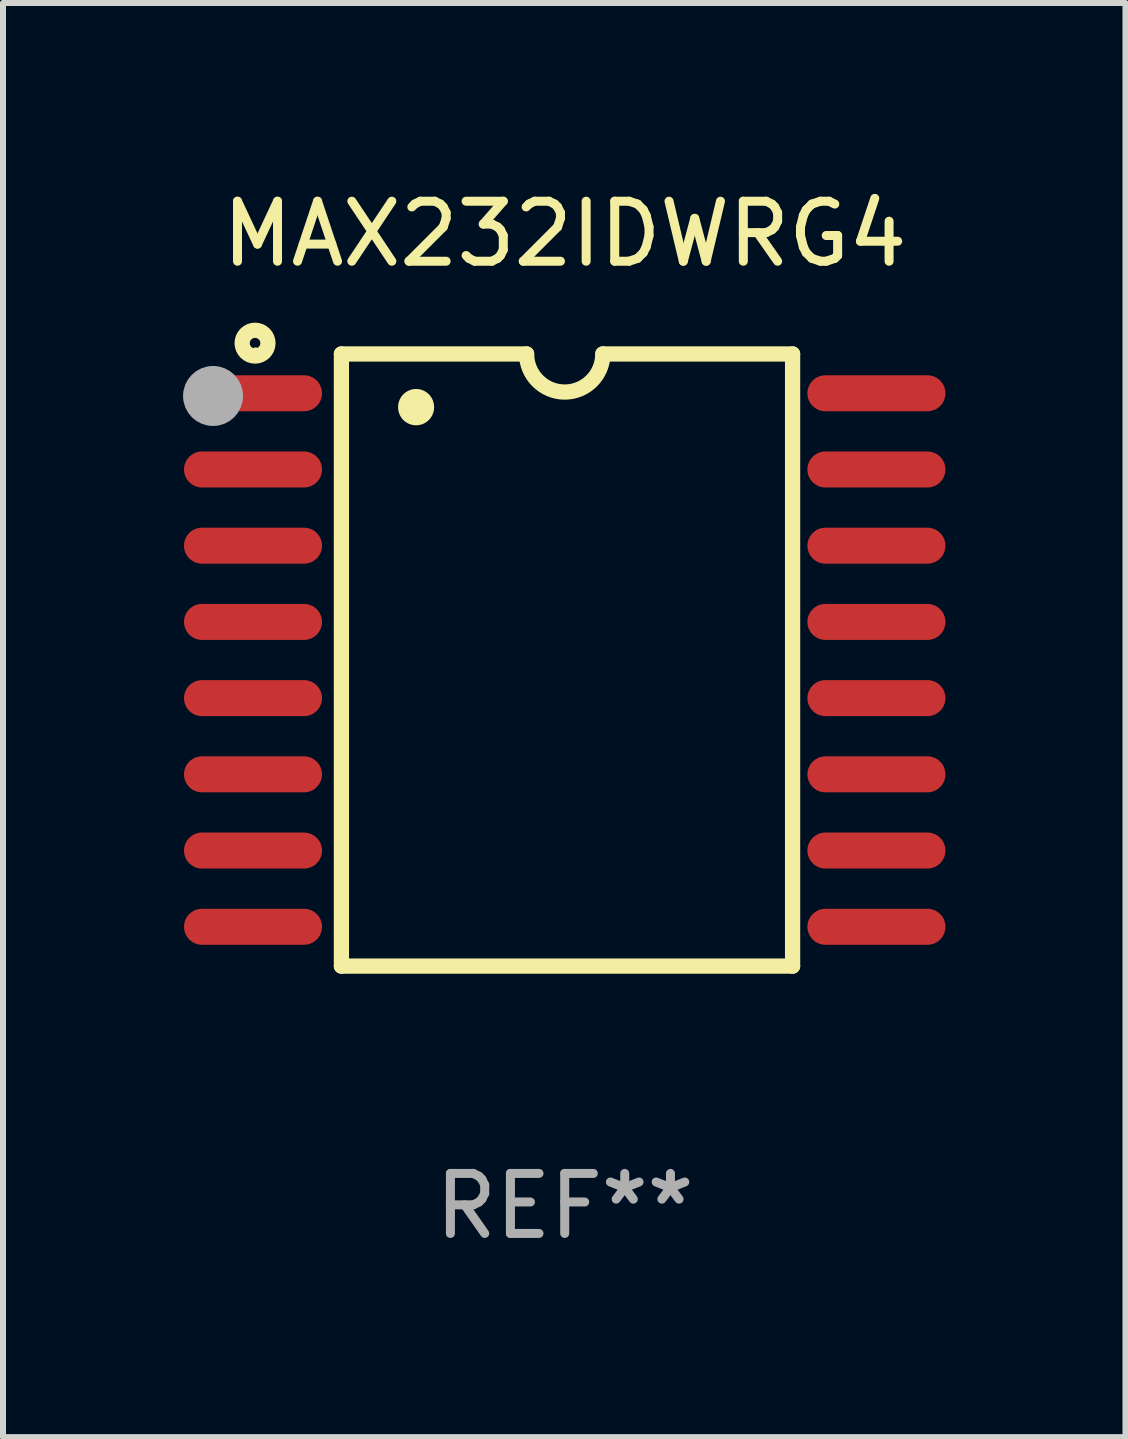
<source format=kicad_pcb>
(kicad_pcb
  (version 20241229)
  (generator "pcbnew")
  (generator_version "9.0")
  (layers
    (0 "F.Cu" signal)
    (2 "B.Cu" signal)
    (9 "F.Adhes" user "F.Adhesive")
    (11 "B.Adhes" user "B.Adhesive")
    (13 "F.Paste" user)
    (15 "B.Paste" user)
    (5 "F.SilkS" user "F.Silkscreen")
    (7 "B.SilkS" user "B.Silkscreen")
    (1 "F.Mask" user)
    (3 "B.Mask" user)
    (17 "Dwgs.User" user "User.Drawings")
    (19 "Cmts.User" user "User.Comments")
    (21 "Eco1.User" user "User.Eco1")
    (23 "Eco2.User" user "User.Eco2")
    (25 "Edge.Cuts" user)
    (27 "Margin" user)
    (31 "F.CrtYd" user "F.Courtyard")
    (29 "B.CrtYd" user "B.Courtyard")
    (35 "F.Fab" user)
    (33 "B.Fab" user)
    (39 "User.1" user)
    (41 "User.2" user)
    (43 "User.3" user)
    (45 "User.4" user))
  (footprint "MAX232IDWRG4"
    (layer "F.Cu")
    (at 6.36 7.948)
    (property "Reference" "MAX232IDWRG4" (at 0 -7.1 0) (layer "F.SilkS") (effects (font (size 1 1) (thickness 0.15))))
    (attr through_hole)
    (fp_line (start -3.721 -5.1) (end -3.721 5.1) (stroke (width 0.254) (type solid)) (layer "F.SilkS"))
    (fp_line (start -3.721 -5.1) (end -0.635 -5.1) (stroke (width 0.254) (type solid)) (layer "F.SilkS"))
    (fp_line (start -3.721 5.1) (end 3.797 5.1) (stroke (width 0.254) (type solid)) (layer "F.SilkS"))
    (fp_line (start 3.797 -5.1) (end 0.635 -5.1) (stroke (width 0.254) (type solid)) (layer "F.SilkS"))
    (fp_line (start 3.797 5.1) (end 3.797 -5.1) (stroke (width 0.254) (type solid)) (layer "F.SilkS"))
    (fp_arc (start -2.476556 -4.211328) (mid -2.476567 -4.213868) (end -2.476556 -4.216408) (stroke (width 0.6) (type solid)) (layer "F.SilkS"))
    (fp_arc (start 0.63495 -5.100076) (mid -0.000178 -4.465329) (end -0.635052 -5.10033) (stroke (width 0.254001) (type solid)) (layer "F.SilkS"))
    (fp_circle (center -5.16 -5.28) (end -4.945 -5.28) (stroke (width 0.254) (type solid)) (fill no) (layer "F.SilkS"))
    (fp_circle (center -5.15 -5.15) (end -5.12 -5.15) (stroke (width 0.06) (type solid)) (fill no) (layer "F.SilkS"))
    (fp_circle (center -5.86 -4.4) (end -5.61 -4.4) (stroke (width 0.5) (type solid)) (fill no) (layer "F.Fab"))
    (fp_text user "REF**" (at 0 9.1 0) (layer "F.Fab") (effects (font (size 1 1) (thickness 0.15))))
    (pad "1" smd oval (at -5.194 -4.445) (size 2.3 0.6) (layers "F.Cu" "F.Mask" "F.Paste"))
    (pad "2" smd oval (at -5.194 -3.175) (size 2.3 0.6) (layers "F.Cu" "F.Mask" "F.Paste"))
    (pad "3" smd oval (at -5.194 -1.905) (size 2.3 0.6) (layers "F.Cu" "F.Mask" "F.Paste"))
    (pad "4" smd oval (at -5.194 -0.635) (size 2.3 0.6) (layers "F.Cu" "F.Mask" "F.Paste"))
    (pad "5" smd oval (at -5.194 0.635) (size 2.3 0.6) (layers "F.Cu" "F.Mask" "F.Paste"))
    (pad "6" smd oval (at -5.194 1.905) (size 2.3 0.6) (layers "F.Cu" "F.Mask" "F.Paste"))
    (pad "7" smd oval (at -5.194 3.175) (size 2.3 0.6) (layers "F.Cu" "F.Mask" "F.Paste"))
    (pad "8" smd oval (at -5.194 4.445) (size 2.3 0.6) (layers "F.Cu" "F.Mask" "F.Paste"))
    (pad "9" smd oval (at 5.194 4.445) (size 2.3 0.6) (layers "F.Cu" "F.Mask" "F.Paste"))
    (pad "10" smd oval (at 5.194 3.175) (size 2.3 0.6) (layers "F.Cu" "F.Mask" "F.Paste"))
    (pad "11" smd oval (at 5.194 1.905) (size 2.3 0.6) (layers "F.Cu" "F.Mask" "F.Paste"))
    (pad "12" smd oval (at 5.194 0.635) (size 2.3 0.6) (layers "F.Cu" "F.Mask" "F.Paste"))
    (pad "13" smd oval (at 5.194 -0.635) (size 2.3 0.6) (layers "F.Cu" "F.Mask" "F.Paste"))
    (pad "14" smd oval (at 5.194 -1.905) (size 2.3 0.6) (layers "F.Cu" "F.Mask" "F.Paste"))
    (pad "15" smd oval (at 5.194 -3.175) (size 2.3 0.6) (layers "F.Cu" "F.Mask" "F.Paste"))
    (pad "16" smd oval (at 5.194 -4.445) (size 2.3 0.6) (layers "F.Cu" "F.Mask" "F.Paste")))
  (gr_rect
    (start -3 -3)
    (end 15.704 20.897)
    (stroke (width 0.1) (type default))
    (fill no)
    (layer "Edge.Cuts")))
</source>
